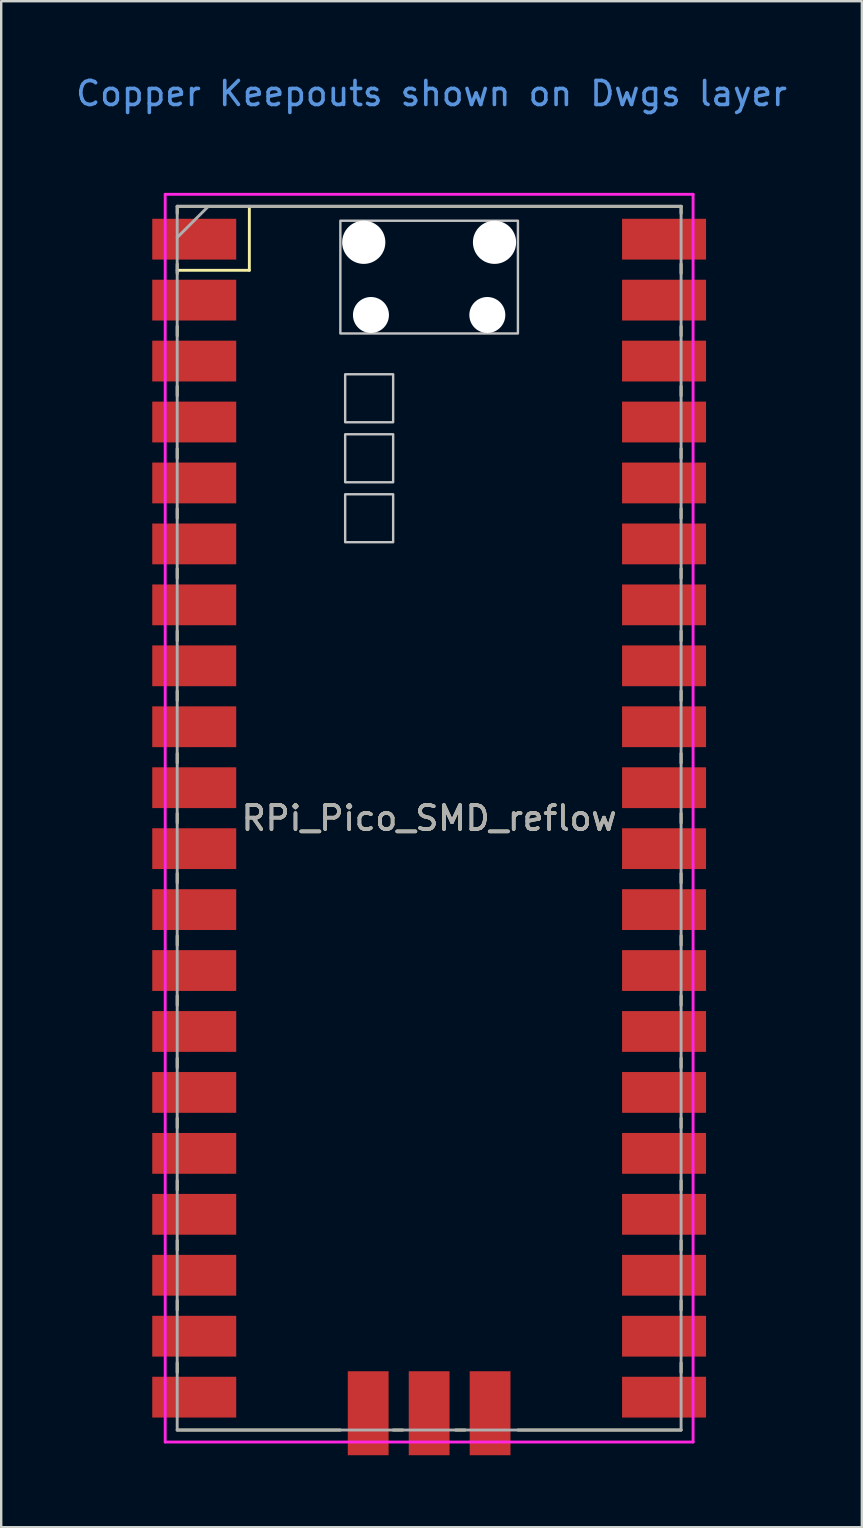
<source format=kicad_pcb>
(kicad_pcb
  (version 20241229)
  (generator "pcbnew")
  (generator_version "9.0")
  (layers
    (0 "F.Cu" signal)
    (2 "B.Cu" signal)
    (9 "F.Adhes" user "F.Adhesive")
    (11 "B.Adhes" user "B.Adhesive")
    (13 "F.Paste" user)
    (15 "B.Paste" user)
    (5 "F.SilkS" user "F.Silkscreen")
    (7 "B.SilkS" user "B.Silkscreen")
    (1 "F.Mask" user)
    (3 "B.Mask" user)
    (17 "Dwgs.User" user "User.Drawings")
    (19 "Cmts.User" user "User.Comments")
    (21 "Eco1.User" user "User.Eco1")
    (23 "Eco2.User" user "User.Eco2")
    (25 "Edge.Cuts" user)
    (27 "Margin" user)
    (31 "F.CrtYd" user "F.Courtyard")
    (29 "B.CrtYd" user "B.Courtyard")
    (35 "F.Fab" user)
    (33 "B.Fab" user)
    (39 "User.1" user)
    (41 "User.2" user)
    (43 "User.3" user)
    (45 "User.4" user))
  (footprint "RPi_Pico_SMD_reflow"
    (layer "F.Cu")
    (at 14.835 31.048)
    (property "Reference" "RPi_Pico_SMD_reflow" (at 0 0 0) (layer "F.SilkS") (effects (font (size 1 1) (thickness 0.15))))
    (attr smd)
    (fp_line (start -10.5 -25.5) (end -10.5 -25.2) (stroke (width 0.12) (type solid)) (layer "F.SilkS"))
    (fp_line (start -10.5 -25.5) (end 10.5 -25.5) (stroke (width 0.12) (type solid)) (layer "F.SilkS"))
    (fp_line (start -10.5 -23.1) (end -10.5 -22.7) (stroke (width 0.12) (type solid)) (layer "F.SilkS"))
    (fp_line (start -10.5 -22.833) (end -7.493 -22.833) (stroke (width 0.12) (type solid)) (layer "F.SilkS"))
    (fp_line (start -10.5 -20.5) (end -10.5 -20.1) (stroke (width 0.12) (type solid)) (layer "F.SilkS"))
    (fp_line (start -10.5 -18) (end -10.5 -17.6) (stroke (width 0.12) (type solid)) (layer "F.SilkS"))
    (fp_line (start -10.5 -15.4) (end -10.5 -15) (stroke (width 0.12) (type solid)) (layer "F.SilkS"))
    (fp_line (start -10.5 -12.9) (end -10.5 -12.5) (stroke (width 0.12) (type solid)) (layer "F.SilkS"))
    (fp_line (start -10.5 -10.4) (end -10.5 -10) (stroke (width 0.12) (type solid)) (layer "F.SilkS"))
    (fp_line (start -10.5 -7.8) (end -10.5 -7.4) (stroke (width 0.12) (type solid)) (layer "F.SilkS"))
    (fp_line (start -10.5 -5.3) (end -10.5 -4.9) (stroke (width 0.12) (type solid)) (layer "F.SilkS"))
    (fp_line (start -10.5 -2.7) (end -10.5 -2.3) (stroke (width 0.12) (type solid)) (layer "F.SilkS"))
    (fp_line (start -10.5 -0.2) (end -10.5 0.2) (stroke (width 0.12) (type solid)) (layer "F.SilkS"))
    (fp_line (start -10.5 2.3) (end -10.5 2.7) (stroke (width 0.12) (type solid)) (layer "F.SilkS"))
    (fp_line (start -10.5 4.9) (end -10.5 5.3) (stroke (width 0.12) (type solid)) (layer "F.SilkS"))
    (fp_line (start -10.5 7.4) (end -10.5 7.8) (stroke (width 0.12) (type solid)) (layer "F.SilkS"))
    (fp_line (start -10.5 10) (end -10.5 10.4) (stroke (width 0.12) (type solid)) (layer "F.SilkS"))
    (fp_line (start -10.5 12.5) (end -10.5 12.9) (stroke (width 0.12) (type solid)) (layer "F.SilkS"))
    (fp_line (start -10.5 15.1) (end -10.5 15.5) (stroke (width 0.12) (type solid)) (layer "F.SilkS"))
    (fp_line (start -10.5 17.6) (end -10.5 18) (stroke (width 0.12) (type solid)) (layer "F.SilkS"))
    (fp_line (start -10.5 20.1) (end -10.5 20.5) (stroke (width 0.12) (type solid)) (layer "F.SilkS"))
    (fp_line (start -10.5 22.7) (end -10.5 23.1) (stroke (width 0.12) (type solid)) (layer "F.SilkS"))
    (fp_line (start -7.493 -22.833) (end -7.493 -25.5) (stroke (width 0.12) (type solid)) (layer "F.SilkS"))
    (fp_line (start -3.7 25.5) (end -10.5 25.5) (stroke (width 0.12) (type solid)) (layer "F.SilkS"))
    (fp_line (start -1.5 25.5) (end -1.1 25.5) (stroke (width 0.12) (type solid)) (layer "F.SilkS"))
    (fp_line (start 1.1 25.5) (end 1.5 25.5) (stroke (width 0.12) (type solid)) (layer "F.SilkS"))
    (fp_line (start 10.5 -25.5) (end 10.5 -25.2) (stroke (width 0.12) (type solid)) (layer "F.SilkS"))
    (fp_line (start 10.5 -23.1) (end 10.5 -22.7) (stroke (width 0.12) (type solid)) (layer "F.SilkS"))
    (fp_line (start 10.5 -20.5) (end 10.5 -20.1) (stroke (width 0.12) (type solid)) (layer "F.SilkS"))
    (fp_line (start 10.5 -18) (end 10.5 -17.6) (stroke (width 0.12) (type solid)) (layer "F.SilkS"))
    (fp_line (start 10.5 -15.4) (end 10.5 -15) (stroke (width 0.12) (type solid)) (layer "F.SilkS"))
    (fp_line (start 10.5 -12.9) (end 10.5 -12.5) (stroke (width 0.12) (type solid)) (layer "F.SilkS"))
    (fp_line (start 10.5 -10.4) (end 10.5 -10) (stroke (width 0.12) (type solid)) (layer "F.SilkS"))
    (fp_line (start 10.5 -7.8) (end 10.5 -7.4) (stroke (width 0.12) (type solid)) (layer "F.SilkS"))
    (fp_line (start 10.5 -5.3) (end 10.5 -4.9) (stroke (width 0.12) (type solid)) (layer "F.SilkS"))
    (fp_line (start 10.5 -2.7) (end 10.5 -2.3) (stroke (width 0.12) (type solid)) (layer "F.SilkS"))
    (fp_line (start 10.5 -0.2) (end 10.5 0.2) (stroke (width 0.12) (type solid)) (layer "F.SilkS"))
    (fp_line (start 10.5 2.3) (end 10.5 2.7) (stroke (width 0.12) (type solid)) (layer "F.SilkS"))
    (fp_line (start 10.5 4.9) (end 10.5 5.3) (stroke (width 0.12) (type solid)) (layer "F.SilkS"))
    (fp_line (start 10.5 7.4) (end 10.5 7.8) (stroke (width 0.12) (type solid)) (layer "F.SilkS"))
    (fp_line (start 10.5 10) (end 10.5 10.4) (stroke (width 0.12) (type solid)) (layer "F.SilkS"))
    (fp_line (start 10.5 12.5) (end 10.5 12.9) (stroke (width 0.12) (type solid)) (layer "F.SilkS"))
    (fp_line (start 10.5 15.1) (end 10.5 15.5) (stroke (width 0.12) (type solid)) (layer "F.SilkS"))
    (fp_line (start 10.5 17.6) (end 10.5 18) (stroke (width 0.12) (type solid)) (layer "F.SilkS"))
    (fp_line (start 10.5 20.1) (end 10.5 20.5) (stroke (width 0.12) (type solid)) (layer "F.SilkS"))
    (fp_line (start 10.5 22.7) (end 10.5 23.1) (stroke (width 0.12) (type solid)) (layer "F.SilkS"))
    (fp_line (start 10.5 25.5) (end 3.7 25.5) (stroke (width 0.12) (type solid)) (layer "F.SilkS"))
    (fp_poly (pts (xy -1.5 -16.5) (xy -3.5 -16.5) (xy -3.5 -18.5) (xy -1.5 -18.5)) (stroke (width 0.1) (type solid)) (fill no) (layer "Dwgs.User"))
    (fp_poly (pts (xy -1.5 -14) (xy -3.5 -14) (xy -3.5 -16) (xy -1.5 -16)) (stroke (width 0.1) (type solid)) (fill no) (layer "Dwgs.User"))
    (fp_poly (pts (xy -1.5 -11.5) (xy -3.5 -11.5) (xy -3.5 -13.5) (xy -1.5 -13.5)) (stroke (width 0.1) (type solid)) (fill no) (layer "Dwgs.User"))
    (fp_poly (pts (xy 3.7 -20.2) (xy -3.7 -20.2) (xy -3.7 -24.9) (xy 3.7 -24.9)) (stroke (width 0.1) (type solid)) (fill no) (layer "Dwgs.User"))
    (fp_line (start -11 -26) (end -11 26) (stroke (width 0.12) (type solid)) (layer "F.CrtYd"))
    (fp_line (start -11 -26) (end 11 -26) (stroke (width 0.12) (type solid)) (layer "F.CrtYd"))
    (fp_line (start 11 -26) (end 11 26) (stroke (width 0.12) (type solid)) (layer "F.CrtYd"))
    (fp_line (start 11 26) (end -11 26) (stroke (width 0.12) (type solid)) (layer "F.CrtYd"))
    (fp_line (start -10.5 -25.5) (end 10.5 -25.5) (stroke (width 0.12) (type solid)) (layer "F.Fab"))
    (fp_line (start -10.5 -24.2) (end -9.2 -25.5) (stroke (width 0.12) (type solid)) (layer "F.Fab"))
    (fp_line (start -10.5 25.5) (end -10.5 -25.5) (stroke (width 0.12) (type solid)) (layer "F.Fab"))
    (fp_line (start 10.5 -25.5) (end 10.5 25.5) (stroke (width 0.12) (type solid)) (layer "F.Fab"))
    (fp_line (start 10.5 25.5) (end -10.5 25.5) (stroke (width 0.12) (type solid)) (layer "F.Fab"))
    (fp_text user "Copper Keepouts shown on Dwgs layer" (at 0.1 -30.2 0) (layer "Cmts.User") (effects (font (size 1 1) (thickness 0.15))))
    (fp_text user "${REFERENCE}" (at 0 0 180) (layer "F.Fab") (effects (font (size 1 1) (thickness 0.15))))
    (pad "" np_thru_hole oval (at -2.725 -24) (size 1.8 1.8) (drill 1.8) (layers "*.Cu" "*.Mask"))
    (pad "" np_thru_hole oval (at -2.425 -20.97) (size 1.5 1.5) (drill 1.5) (layers "*.Cu" "*.Mask"))
    (pad "" np_thru_hole oval (at 2.425 -20.97) (size 1.5 1.5) (drill 1.5) (layers "*.Cu" "*.Mask"))
    (pad "" np_thru_hole oval (at 2.725 -24) (size 1.8 1.8) (drill 1.8) (layers "*.Cu" "*.Mask"))
    (pad "1" smd rect (at -8.89 -24.13) (size 3.5 1.7) (drill (offset -0.9 0)) (layers "F.Cu" "F.Mask" "F.Paste"))
    (pad "2" smd rect (at -8.89 -21.59) (size 3.5 1.7) (drill (offset -0.9 0)) (layers "F.Cu" "F.Mask" "F.Paste"))
    (pad "3" smd rect (at -8.89 -19.05) (size 3.5 1.7) (drill (offset -0.9 0)) (layers "F.Cu" "F.Mask" "F.Paste"))
    (pad "4" smd rect (at -8.89 -16.51) (size 3.5 1.7) (drill (offset -0.9 0)) (layers "F.Cu" "F.Mask" "F.Paste"))
    (pad "5" smd rect (at -8.89 -13.97) (size 3.5 1.7) (drill (offset -0.9 0)) (layers "F.Cu" "F.Mask" "F.Paste"))
    (pad "6" smd rect (at -8.89 -11.43) (size 3.5 1.7) (drill (offset -0.9 0)) (layers "F.Cu" "F.Mask" "F.Paste"))
    (pad "7" smd rect (at -8.89 -8.89) (size 3.5 1.7) (drill (offset -0.9 0)) (layers "F.Cu" "F.Mask" "F.Paste"))
    (pad "8" smd rect (at -8.89 -6.35) (size 3.5 1.7) (drill (offset -0.9 0)) (layers "F.Cu" "F.Mask" "F.Paste"))
    (pad "9" smd rect (at -8.89 -3.81) (size 3.5 1.7) (drill (offset -0.9 0)) (layers "F.Cu" "F.Mask" "F.Paste"))
    (pad "10" smd rect (at -8.89 -1.27) (size 3.5 1.7) (drill (offset -0.9 0)) (layers "F.Cu" "F.Mask" "F.Paste"))
    (pad "11" smd rect (at -8.89 1.27) (size 3.5 1.7) (drill (offset -0.9 0)) (layers "F.Cu" "F.Mask" "F.Paste"))
    (pad "12" smd rect (at -8.89 3.81) (size 3.5 1.7) (drill (offset -0.9 0)) (layers "F.Cu" "F.Mask" "F.Paste"))
    (pad "13" smd rect (at -8.89 6.35) (size 3.5 1.7) (drill (offset -0.9 0)) (layers "F.Cu" "F.Mask" "F.Paste"))
    (pad "14" smd rect (at -8.89 8.89) (size 3.5 1.7) (drill (offset -0.9 0)) (layers "F.Cu" "F.Mask" "F.Paste"))
    (pad "15" smd rect (at -8.89 11.43) (size 3.5 1.7) (drill (offset -0.9 0)) (layers "F.Cu" "F.Mask" "F.Paste"))
    (pad "16" smd rect (at -8.89 13.97) (size 3.5 1.7) (drill (offset -0.9 0)) (layers "F.Cu" "F.Mask" "F.Paste"))
    (pad "17" smd rect (at -8.89 16.51) (size 3.5 1.7) (drill (offset -0.9 0)) (layers "F.Cu" "F.Mask" "F.Paste"))
    (pad "18" smd rect (at -8.89 19.05) (size 3.5 1.7) (drill (offset -0.9 0)) (layers "F.Cu" "F.Mask" "F.Paste"))
    (pad "19" smd rect (at -8.89 21.59) (size 3.5 1.7) (drill (offset -0.9 0)) (layers "F.Cu" "F.Mask" "F.Paste"))
    (pad "20" smd rect (at -8.89 24.13) (size 3.5 1.7) (drill (offset -0.9 0)) (layers "F.Cu" "F.Mask" "F.Paste"))
    (pad "21" smd rect (at 8.89 24.13) (size 3.5 1.7) (drill (offset 0.9 0)) (layers "F.Cu" "F.Mask" "F.Paste"))
    (pad "22" smd rect (at 8.89 21.59) (size 3.5 1.7) (drill (offset 0.9 0)) (layers "F.Cu" "F.Mask" "F.Paste"))
    (pad "23" smd rect (at 8.89 19.05) (size 3.5 1.7) (drill (offset 0.9 0)) (layers "F.Cu" "F.Mask" "F.Paste"))
    (pad "24" smd rect (at 8.89 16.51) (size 3.5 1.7) (drill (offset 0.9 0)) (layers "F.Cu" "F.Mask" "F.Paste"))
    (pad "25" smd rect (at 8.89 13.97) (size 3.5 1.7) (drill (offset 0.9 0)) (layers "F.Cu" "F.Mask" "F.Paste"))
    (pad "26" smd rect (at 8.89 11.43) (size 3.5 1.7) (drill (offset 0.9 0)) (layers "F.Cu" "F.Mask" "F.Paste"))
    (pad "27" smd rect (at 8.89 8.89) (size 3.5 1.7) (drill (offset 0.9 0)) (layers "F.Cu" "F.Mask" "F.Paste"))
    (pad "28" smd rect (at 8.89 6.35) (size 3.5 1.7) (drill (offset 0.9 0)) (layers "F.Cu" "F.Mask" "F.Paste"))
    (pad "29" smd rect (at 8.89 3.81) (size 3.5 1.7) (drill (offset 0.9 0)) (layers "F.Cu" "F.Mask" "F.Paste"))
    (pad "30" smd rect (at 8.89 1.27) (size 3.5 1.7) (drill (offset 0.9 0)) (layers "F.Cu" "F.Mask" "F.Paste"))
    (pad "31" smd rect (at 8.89 -1.27) (size 3.5 1.7) (drill (offset 0.9 0)) (layers "F.Cu" "F.Mask" "F.Paste"))
    (pad "32" smd rect (at 8.89 -3.81) (size 3.5 1.7) (drill (offset 0.9 0)) (layers "F.Cu" "F.Mask" "F.Paste"))
    (pad "33" smd rect (at 8.89 -6.35) (size 3.5 1.7) (drill (offset 0.9 0)) (layers "F.Cu" "F.Mask" "F.Paste"))
    (pad "34" smd rect (at 8.89 -8.89) (size 3.5 1.7) (drill (offset 0.9 0)) (layers "F.Cu" "F.Mask" "F.Paste"))
    (pad "35" smd rect (at 8.89 -11.43) (size 3.5 1.7) (drill (offset 0.9 0)) (layers "F.Cu" "F.Mask" "F.Paste"))
    (pad "36" smd rect (at 8.89 -13.97) (size 3.5 1.7) (drill (offset 0.9 0)) (layers "F.Cu" "F.Mask" "F.Paste"))
    (pad "37" smd rect (at 8.89 -16.51) (size 3.5 1.7) (drill (offset 0.9 0)) (layers "F.Cu" "F.Mask" "F.Paste"))
    (pad "38" smd rect (at 8.89 -19.05) (size 3.5 1.7) (drill (offset 0.9 0)) (layers "F.Cu" "F.Mask" "F.Paste"))
    (pad "39" smd rect (at 8.89 -21.59) (size 3.5 1.7) (drill (offset 0.9 0)) (layers "F.Cu" "F.Mask" "F.Paste"))
    (pad "40" smd rect (at 8.89 -24.13) (size 3.5 1.7) (drill (offset 0.9 0)) (layers "F.Cu" "F.Mask" "F.Paste"))
    (pad "41" smd rect (at -2.54 23.9 90) (size 3.5 1.7) (drill (offset -0.9 0)) (layers "F.Cu" "F.Mask" "F.Paste"))
    (pad "42" smd rect (at 0 23.9 90) (size 3.5 1.7) (drill (offset -0.9 0)) (layers "F.Cu" "F.Mask" "F.Paste"))
    (pad "43" smd rect (at 2.54 23.9 90) (size 3.5 1.7) (drill (offset -0.9 0)) (layers "F.Cu" "F.Mask" "F.Paste")))
  (gr_rect
    (start -3 -3)
    (end 32.869 60.598)
    (stroke (width 0.1) (type default))
    (fill no)
    (layer "Edge.Cuts")))
</source>
